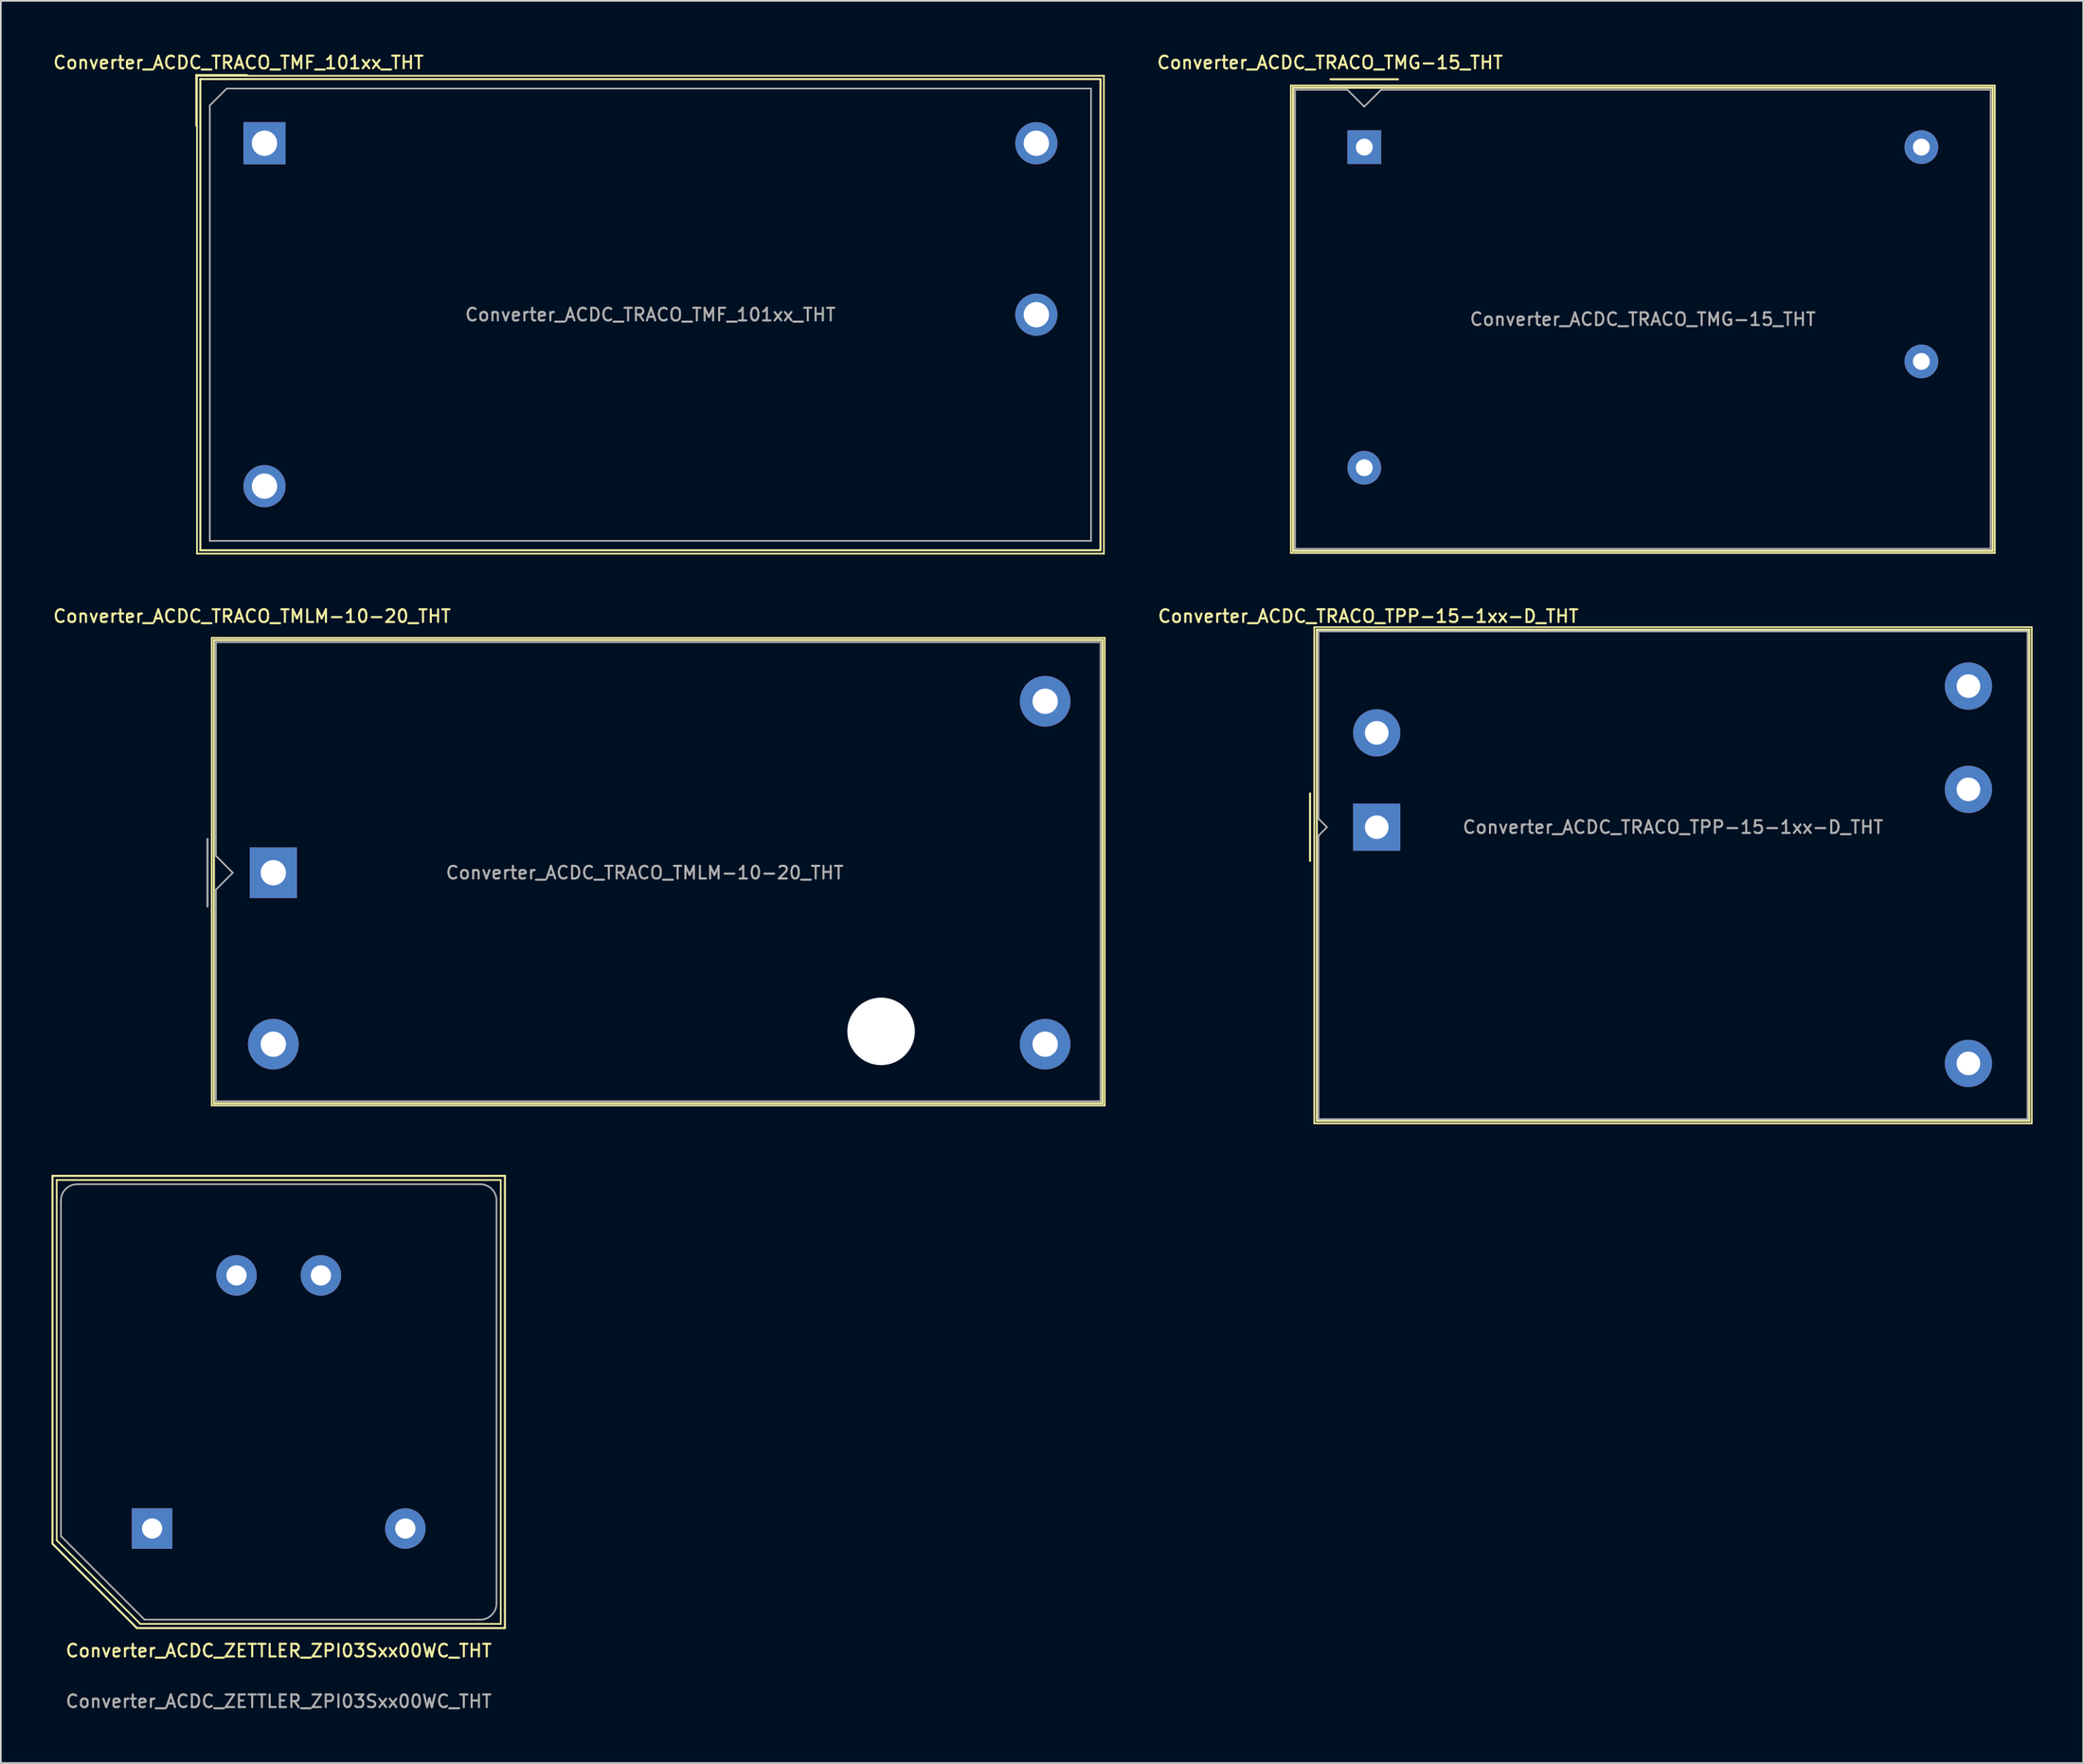
<source format=kicad_pcb>
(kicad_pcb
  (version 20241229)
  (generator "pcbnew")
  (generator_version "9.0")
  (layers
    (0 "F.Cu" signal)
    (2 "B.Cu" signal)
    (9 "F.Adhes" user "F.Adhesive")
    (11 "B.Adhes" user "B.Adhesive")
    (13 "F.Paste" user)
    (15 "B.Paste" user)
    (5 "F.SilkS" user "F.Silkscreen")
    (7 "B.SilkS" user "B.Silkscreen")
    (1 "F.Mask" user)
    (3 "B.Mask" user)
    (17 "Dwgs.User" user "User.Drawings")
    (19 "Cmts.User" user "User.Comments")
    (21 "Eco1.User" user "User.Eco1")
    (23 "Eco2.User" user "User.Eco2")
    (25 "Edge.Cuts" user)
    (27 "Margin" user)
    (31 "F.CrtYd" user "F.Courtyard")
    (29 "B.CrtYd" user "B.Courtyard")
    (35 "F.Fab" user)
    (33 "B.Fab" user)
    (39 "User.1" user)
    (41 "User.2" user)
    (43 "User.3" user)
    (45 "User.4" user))
  (footprint "Converter_ACDC_TRACO_TMLM-10-20_THT"
    (layer "F.Cu")
    (at 13.14 48.666)
    (property "Reference" "Converter_ACDC_TRACO_TMLM-10-20_THT" (at -1.26 -15.2 0) (layer "F.SilkS") (effects (font (size 0.75 0.75) (thickness 0.125))))
    (attr through_hole)
    (fp_line (start -3.65 -13.92) (end -3.65 13.79) (stroke (width 0.1) (type solid)) (layer "F.SilkS"))
    (fp_line (start -3.65 -13.92) (end 49.25 -13.92) (stroke (width 0.1) (type solid)) (layer "F.SilkS"))
    (fp_line (start -3.65 13.79) (end 49.25 13.79) (stroke (width 0.1) (type solid)) (layer "F.SilkS"))
    (fp_line (start -3.52 -13.79) (end 49.12 -13.79) (stroke (width 0.12) (type solid)) (layer "F.SilkS"))
    (fp_line (start -3.52 13.66) (end -3.52 -13.79) (stroke (width 0.12) (type solid)) (layer "F.SilkS"))
    (fp_line (start 49.12 -13.79) (end 49.12 13.66) (stroke (width 0.12) (type solid)) (layer "F.SilkS"))
    (fp_line (start 49.12 13.66) (end -3.52 13.66) (stroke (width 0.12) (type solid)) (layer "F.SilkS"))
    (fp_line (start 49.25 -13.92) (end 49.25 13.79) (stroke (width 0.1) (type solid)) (layer "F.SilkS"))
    (fp_line (start -3.9 -2) (end -3.9 2) (stroke (width 0.12) (type solid)) (layer "F.Fab"))
    (fp_line (start -3.4 -13.66) (end 49 -13.66) (stroke (width 0.1) (type solid)) (layer "F.Fab"))
    (fp_line (start -3.4 -1) (end -3.4 -13.66) (stroke (width 0.1) (type solid)) (layer "F.Fab"))
    (fp_line (start -3.4 13.54) (end -3.4 1) (stroke (width 0.1) (type solid)) (layer "F.Fab"))
    (fp_line (start -2.4 0) (end -3.4 -1) (stroke (width 0.1) (type solid)) (layer "F.Fab"))
    (fp_line (start -2.4 0) (end -3.4 1) (stroke (width 0.1) (type solid)) (layer "F.Fab"))
    (fp_line (start 49 -13.66) (end 49 13.54) (stroke (width 0.1) (type solid)) (layer "F.Fab"))
    (fp_line (start 49 13.54) (end -3.4 13.54) (stroke (width 0.1) (type solid)) (layer "F.Fab"))
    (fp_text user "${REFERENCE}" (at 22 0 0) (layer "F.Fab") (effects (font (size 0.75 0.75) (thickness 0.125))))
    (pad "" np_thru_hole circle (at 36 9.4) (size 4 4) (drill 4) (layers "*.Cu" "*.Mask"))
    (pad "1" thru_hole rect (at 0 0) (size 2.8 3) (drill 1.5) (layers "*.Cu" "*.Mask"))
    (pad "2" thru_hole circle (at 0 10.16) (size 3 3) (drill 1.5) (layers "*.Cu" "*.Mask"))
    (pad "3" thru_hole circle (at 45.72 10.16) (size 3 3) (drill 1.5) (layers "*.Cu" "*.Mask"))
    (pad "4" thru_hole circle (at 45.72 -10.16) (size 3 3) (drill 1.5) (layers "*.Cu" "*.Mask")))
  (footprint "Converter_ACDC_ZETTLER_ZPI03Sxx00WC_THT"
    (layer "F.Cu")
    (at 5.96 87.526)
    (property "Reference" "Converter_ACDC_ZETTLER_ZPI03Sxx00WC_THT" (at 7.5 7.24 0) (unlocked yes) (layer "F.SilkS") (effects (font (size 0.75 0.75) (thickness 0.125))))
    (attr through_hole)
    (fp_line (start -5.9 -20.9) (end -5.9 0.9) (stroke (width 0.12) (type default)) (layer "F.SilkS"))
    (fp_line (start -5.9 -20.9) (end 20.9 -20.9) (stroke (width 0.12) (type default)) (layer "F.SilkS"))
    (fp_line (start -5.65 -20.65) (end -5.65 0.7) (stroke (width 0.1) (type default)) (layer "F.SilkS"))
    (fp_line (start -5.65 -20.65) (end 20.65 -20.65) (stroke (width 0.1) (type default)) (layer "F.SilkS"))
    (fp_line (start -5.65 0.7) (end -0.7 5.65) (stroke (width 0.1) (type default)) (layer "F.SilkS"))
    (fp_line (start -0.9 5.9) (end -5.9 0.9) (stroke (width 0.12) (type default)) (layer "F.SilkS"))
    (fp_line (start 20.65 -20.65) (end 20.65 5.65) (stroke (width 0.1) (type default)) (layer "F.SilkS"))
    (fp_line (start 20.65 5.65) (end -0.7 5.65) (stroke (width 0.1) (type default)) (layer "F.SilkS"))
    (fp_line (start 20.9 -20.9) (end 20.9 5.9) (stroke (width 0.12) (type default)) (layer "F.SilkS"))
    (fp_line (start 20.9 5.9) (end -0.9 5.9) (stroke (width 0.12) (type default)) (layer "F.SilkS"))
    (fp_line (start -5.4 -19.4) (end -5.4 0.45) (stroke (width 0.1) (type default)) (layer "F.Fab"))
    (fp_line (start -5.4 0.45) (end -0.45 5.4) (stroke (width 0.1) (type default)) (layer "F.Fab"))
    (fp_line (start -4.4 -20.4) (end 19.4 -20.4) (stroke (width 0.1) (type default)) (layer "F.Fab"))
    (fp_line (start 19.4 5.4) (end -0.45 5.4) (stroke (width 0.1) (type default)) (layer "F.Fab"))
    (fp_line (start 20.4 -19.4) (end 20.4 4.4) (stroke (width 0.1) (type default)) (layer "F.Fab"))
    (fp_arc (start -5.4 -19.4) (mid -5.118767 -20.118767) (end -4.4 -20.4) (stroke (width 0.1) (type default)) (layer "F.Fab"))
    (fp_arc (start 19.4 -20.4) (mid 20.118767 -20.118767) (end 20.4 -19.4) (stroke (width 0.1) (type default)) (layer "F.Fab"))
    (fp_arc (start 20.4 4.4) (mid 20.118767 5.118767) (end 19.4 5.4) (stroke (width 0.1) (type default)) (layer "F.Fab"))
    (fp_text user "${REFERENCE}" (at 7.5 10.24 0) (unlocked yes) (layer "F.Fab") (effects (font (size 0.75 0.75) (thickness 0.125))))
    (pad "1" thru_hole rect (at 0 0) (size 2.4 2.4) (drill 1.2) (layers "*.Cu" "*.Mask"))
    (pad "2" thru_hole circle (at 15 0) (size 2.4 2.4) (drill 1.2) (layers "*.Cu" "*.Mask"))
    (pad "3" thru_hole circle (at 10 -15) (size 2.4 2.4) (drill 1.2) (layers "*.Cu" "*.Mask"))
    (pad "4" thru_hole circle (at 5 -15) (size 2.4 2.4) (drill 1.2) (layers "*.Cu" "*.Mask")))
  (footprint "Converter_ACDC_TRACO_TPP-15-1xx-D_THT"
    (layer "F.Cu")
    (at 78.499 45.966)
    (property "Reference" "Converter_ACDC_TRACO_TPP-15-1xx-D_THT" (at -0.5 -12.5 0) (layer "F.SilkS") (effects (font (size 0.75 0.75) (thickness 0.125))))
    (attr through_hole)
    (fp_line (start -3.95 -2) (end -3.95 2) (stroke (width 0.12) (type solid)) (layer "F.SilkS"))
    (fp_line (start -3.7 -11.85) (end -3.7 17.55) (stroke (width 0.1) (type solid)) (layer "F.SilkS"))
    (fp_line (start -3.7 -11.85) (end 38.8 -11.85) (stroke (width 0.1) (type solid)) (layer "F.SilkS"))
    (fp_line (start -3.7 17.55) (end 38.8 17.55) (stroke (width 0.1) (type solid)) (layer "F.SilkS"))
    (fp_line (start -3.55 -11.7) (end 38.65 -11.7) (stroke (width 0.12) (type solid)) (layer "F.SilkS"))
    (fp_line (start -3.55 17.4) (end -3.55 -11.7) (stroke (width 0.12) (type solid)) (layer "F.SilkS"))
    (fp_line (start 38.65 -11.7) (end 38.65 17.4) (stroke (width 0.12) (type solid)) (layer "F.SilkS"))
    (fp_line (start 38.65 17.4) (end -3.55 17.4) (stroke (width 0.12) (type solid)) (layer "F.SilkS"))
    (fp_line (start 38.8 -11.85) (end 38.8 17.55) (stroke (width 0.1) (type solid)) (layer "F.SilkS"))
    (fp_line (start -3.45 -11.6) (end 38.55 -11.6) (stroke (width 0.1) (type solid)) (layer "F.Fab"))
    (fp_line (start -3.45 -0.5) (end -3.45 -11.6) (stroke (width 0.1) (type solid)) (layer "F.Fab"))
    (fp_line (start -3.45 0.5) (end -2.95 0) (stroke (width 0.1) (type solid)) (layer "F.Fab"))
    (fp_line (start -3.45 17.3) (end -3.45 0.5) (stroke (width 0.1) (type solid)) (layer "F.Fab"))
    (fp_line (start -2.95 0) (end -3.45 -0.5) (stroke (width 0.1) (type solid)) (layer "F.Fab"))
    (fp_line (start 38.55 -11.6) (end 38.55 17.3) (stroke (width 0.1) (type solid)) (layer "F.Fab"))
    (fp_line (start 38.55 17.3) (end -3.45 17.3) (stroke (width 0.1) (type solid)) (layer "F.Fab"))
    (fp_text user "${REFERENCE}" (at 17.55 0 0) (layer "F.Fab") (effects (font (size 0.75 0.75) (thickness 0.125))))
    (pad "1" thru_hole rect (at 0 0) (size 2.8 2.8) (drill 1.4) (layers "*.Cu" "*.Mask"))
    (pad "2" thru_hole circle (at 0 -5.59) (size 2.8 2.8) (drill 1.4) (layers "*.Cu" "*.Mask"))
    (pad "3" thru_hole circle (at 35.05 14) (size 2.8 2.8) (drill 1.4) (layers "*.Cu" "*.Mask"))
    (pad "4" thru_hole circle (at 35.05 -2.24) (size 2.8 2.8) (drill 1.4) (layers "*.Cu" "*.Mask"))
    (pad "5" thru_hole circle (at 35.05 -8.36) (size 2.8 2.8) (drill 1.4) (layers "*.Cu" "*.Mask")))
  (footprint "Converter_ACDC_TRACO_TMG-15_THT"
    (layer "F.Cu")
    (at 77.761 5.668)
    (property "Reference" "Converter_ACDC_TRACO_TMG-15_THT" (at -2.03 -5.01 0) (layer "F.SilkS") (effects (font (size 0.75 0.75) (thickness 0.125))))
    (attr through_hole)
    (fp_line (start -4.35 -3.65) (end 37.35 -3.65) (stroke (width 0.1) (type solid)) (layer "F.SilkS"))
    (fp_line (start -4.35 24.05) (end -4.35 -3.65) (stroke (width 0.1) (type solid)) (layer "F.SilkS"))
    (fp_line (start -4.22 -3.52) (end 37.22 -3.52) (stroke (width 0.12) (type solid)) (layer "F.SilkS"))
    (fp_line (start -4.22 23.92) (end -4.22 -3.52) (stroke (width 0.12) (type solid)) (layer "F.SilkS"))
    (fp_line (start -2 -4.02) (end 2 -4.02) (stroke (width 0.12) (type solid)) (layer "F.SilkS"))
    (fp_line (start 37.22 -3.52) (end 37.22 23.92) (stroke (width 0.12) (type solid)) (layer "F.SilkS"))
    (fp_line (start 37.22 23.92) (end -4.22 23.92) (stroke (width 0.12) (type solid)) (layer "F.SilkS"))
    (fp_line (start 37.35 -3.65) (end 37.35 24.05) (stroke (width 0.1) (type solid)) (layer "F.SilkS"))
    (fp_line (start 37.35 24.05) (end -4.35 24.05) (stroke (width 0.1) (type solid)) (layer "F.SilkS"))
    (fp_line (start -4.1 -3.4) (end -1 -3.4) (stroke (width 0.1) (type solid)) (layer "F.Fab"))
    (fp_line (start -4.1 23.8) (end -4.1 -3.4) (stroke (width 0.1) (type solid)) (layer "F.Fab"))
    (fp_line (start -1 -3.4) (end 0 -2.4) (stroke (width 0.1) (type solid)) (layer "F.Fab"))
    (fp_line (start 0 -2.4) (end 1 -3.4) (stroke (width 0.1) (type solid)) (layer "F.Fab"))
    (fp_line (start 1 -3.4) (end 37.1 -3.4) (stroke (width 0.1) (type solid)) (layer "F.Fab"))
    (fp_line (start 37.1 -3.4) (end 37.1 23.8) (stroke (width 0.1) (type solid)) (layer "F.Fab"))
    (fp_line (start 37.1 23.8) (end -4.1 23.8) (stroke (width 0.1) (type solid)) (layer "F.Fab"))
    (fp_text user "${REFERENCE}" (at 16.5 10.2 0) (layer "F.Fab") (effects (font (size 0.75 0.75) (thickness 0.125))))
    (pad "1" thru_hole rect (at 0 0) (size 2 2) (drill 1) (layers "*.Cu" "*.Mask"))
    (pad "2" thru_hole circle (at 0 19) (size 2 2) (drill 1) (layers "*.Cu" "*.Mask"))
    (pad "3" thru_hole circle (at 33 0) (size 2 2) (drill 1) (layers "*.Cu" "*.Mask"))
    (pad "4" thru_hole circle (at 33 12.7) (size 2 2) (drill 1) (layers "*.Cu" "*.Mask")))
  (footprint "Converter_ACDC_TRACO_TMF_101xx_THT"
    (layer "F.Cu")
    (at 12.617 5.438)
    (property "Reference" "Converter_ACDC_TRACO_TMF_101xx_THT" (at -1.54 -4.78 0) (layer "F.SilkS") (effects (font (size 0.75 0.75) (thickness 0.125))))
    (attr through_hole)
    (fp_line (start -4.04 -4.04) (end -1.04 -4.04) (stroke (width 0.12) (type solid)) (layer "F.SilkS"))
    (fp_line (start -4.04 -1.04) (end -4.04 -4.04) (stroke (width 0.12) (type solid)) (layer "F.SilkS"))
    (fp_line (start -4 -4) (end -4 24.32) (stroke (width 0.1) (type solid)) (layer "F.SilkS"))
    (fp_line (start -4 24.32) (end 49.72 24.32) (stroke (width 0.1) (type solid)) (layer "F.SilkS"))
    (fp_line (start -3.8 -3.8) (end -3.8 24.12) (stroke (width 0.12) (type solid)) (layer "F.SilkS"))
    (fp_line (start -3.8 -3.8) (end 49.52 -3.8) (stroke (width 0.12) (type solid)) (layer "F.SilkS"))
    (fp_line (start -3.8 24.12) (end 49.52 24.12) (stroke (width 0.12) (type solid)) (layer "F.SilkS"))
    (fp_line (start 49.52 -3.8) (end 49.52 24.12) (stroke (width 0.12) (type solid)) (layer "F.SilkS"))
    (fp_line (start 49.72 -4) (end -4 -4) (stroke (width 0.1) (type solid)) (layer "F.SilkS"))
    (fp_line (start 49.72 24.32) (end 49.72 -4) (stroke (width 0.1) (type solid)) (layer "F.SilkS"))
    (fp_line (start -3.24 -2.24) (end -2.24 -3.24) (stroke (width 0.1) (type solid)) (layer "F.Fab"))
    (fp_line (start -3.24 23.56) (end -3.24 -2.24) (stroke (width 0.1) (type solid)) (layer "F.Fab"))
    (fp_line (start -2.24 -3.24) (end 48.96 -3.24) (stroke (width 0.1) (type solid)) (layer "F.Fab"))
    (fp_line (start 48.96 -3.24) (end 48.96 23.56) (stroke (width 0.1) (type solid)) (layer "F.Fab"))
    (fp_line (start 48.96 23.56) (end -3.24 23.56) (stroke (width 0.1) (type solid)) (layer "F.Fab"))
    (fp_text user "${REFERENCE}" (at 22.86 10.16 0) (layer "F.Fab") (effects (font (size 0.75 0.75) (thickness 0.125))))
    (pad "1" thru_hole rect (at 0 0) (size 2.5 2.5) (drill 1.5) (layers "*.Cu" "*.Mask"))
    (pad "2" thru_hole circle (at 0 20.32) (size 2.5 2.5) (drill 1.5) (layers "*.Cu" "*.Mask"))
    (pad "3" thru_hole circle (at 45.72 0) (size 2.5 2.5) (drill 1.5) (layers "*.Cu" "*.Mask"))
    (pad "4" thru_hole circle (at 45.72 10.16) (size 2.5 2.5) (drill 1.5) (layers "*.Cu" "*.Mask")))
  (gr_rect
    (start -3 -3)
    (end 120.349 101.424)
    (stroke (width 0.1) (type default))
    (fill no)
    (layer "Edge.Cuts")))
</source>
